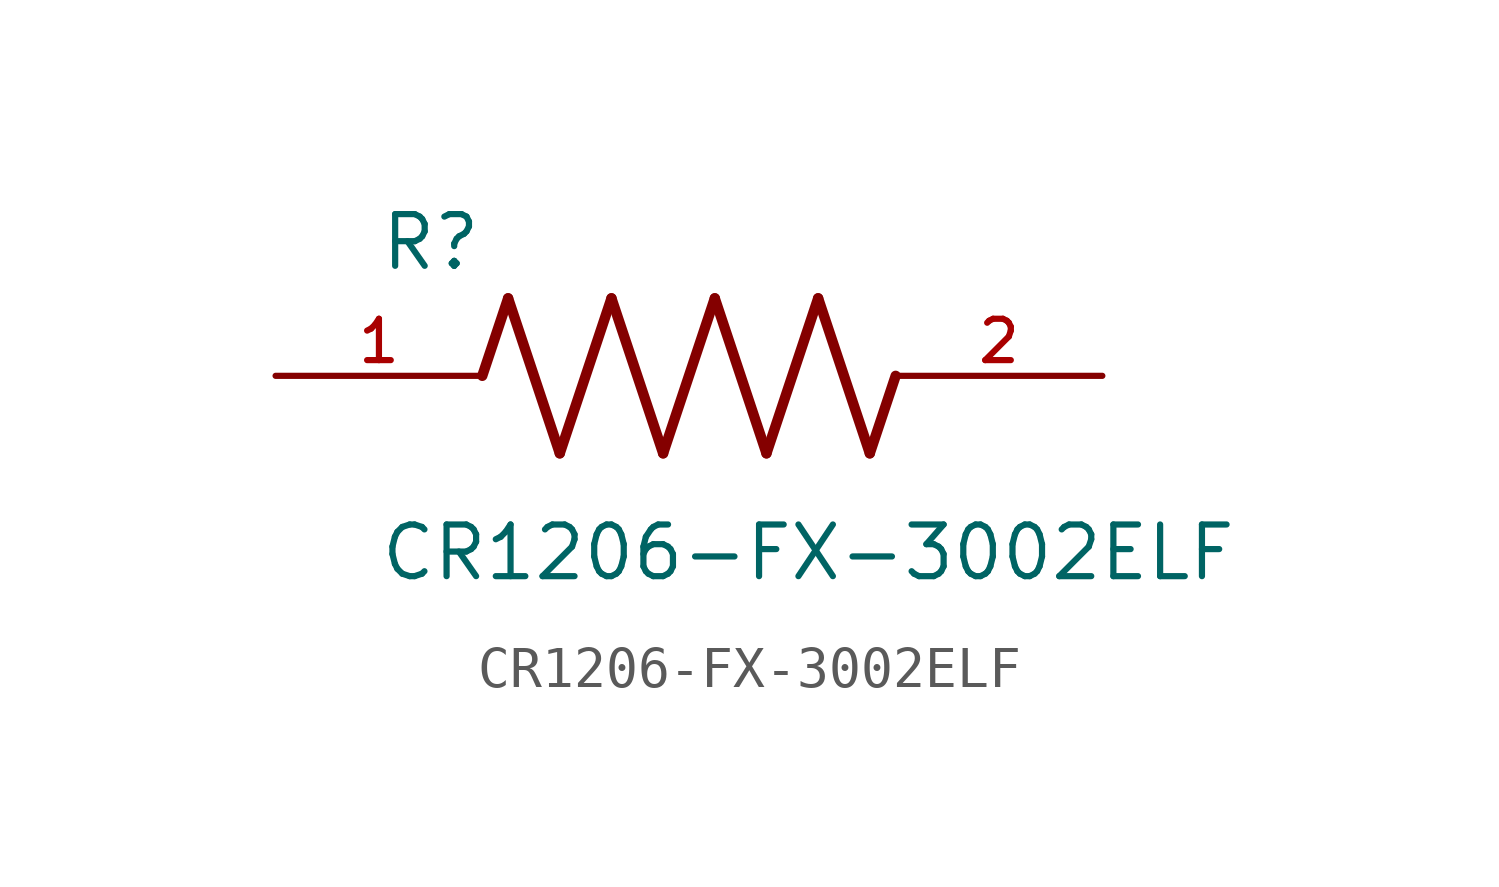
<source format=kicad_sym>
(kicad_symbol_lib
  (version 20211014)
  (generator kicad_symbol_editor)
  (symbol "CR1206-FX-3002ELF"
    (pin_names
      (offset 1.016))
    (property "Reference" "R"
      (at -7.624 2.541 0)
      (effects (font (size 1.27 1.27)) (justify bottom left)))
    (property "Value" "CR1206-FX-3002ELF"
      (at -7.63 -5.087 0)
      (effects (font (size 1.27 1.27)) (justify bottom left)))
    (symbol "CR1206-FX-3002ELF_0_0"
      (polyline (pts (xy -5.08 0.0) (xy -4.445 1.905)) (stroke (width 0.254)))
      (polyline (pts (xy -4.445 1.905) (xy -3.175 -1.905)) (stroke (width 0.254)))
      (polyline (pts (xy -3.175 -1.905) (xy -1.905 1.905)) (stroke (width 0.254)))
      (polyline (pts (xy -1.905 1.905) (xy -0.635 -1.905)) (stroke (width 0.254)))
      (polyline (pts (xy -0.635 -1.905) (xy 0.635 1.905)) (stroke (width 0.254)))
      (polyline (pts (xy 0.635 1.905) (xy 1.905 -1.905)) (stroke (width 0.254)))
      (polyline (pts (xy 1.905 -1.905) (xy 3.175 1.905)) (stroke (width 0.254)))
      (polyline (pts (xy 3.175 1.905) (xy 4.445 -1.905)) (stroke (width 0.254)))
      (polyline (pts (xy 4.445 -1.905) (xy 5.08 0.0)) (stroke (width 0.254)))
      (pin passive line (at -10.16 0.0 0) (length 5.08) (name "~" (effects (font (size 1.016 1.016)))) (number "1" (effects (font (size 1.016 1.016)))))
      (pin passive line (at 10.16 0.0 180.0) (length 5.08) (name "~" (effects (font (size 1.016 1.016)))) (number "2" (effects (font (size 1.016 1.016))))))))
</source>
